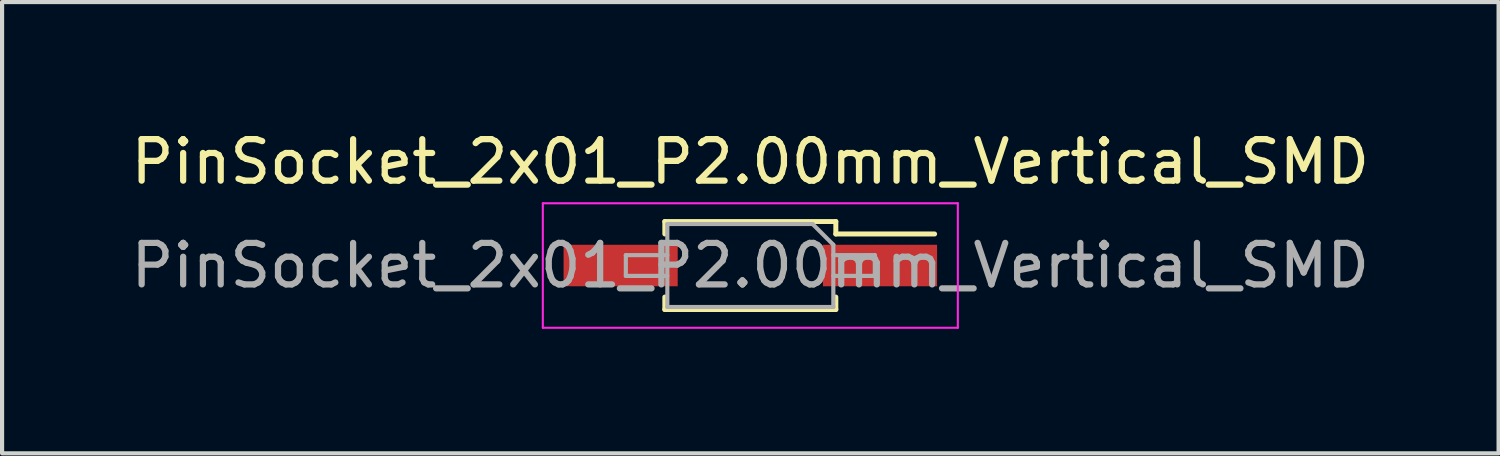
<source format=kicad_pcb>
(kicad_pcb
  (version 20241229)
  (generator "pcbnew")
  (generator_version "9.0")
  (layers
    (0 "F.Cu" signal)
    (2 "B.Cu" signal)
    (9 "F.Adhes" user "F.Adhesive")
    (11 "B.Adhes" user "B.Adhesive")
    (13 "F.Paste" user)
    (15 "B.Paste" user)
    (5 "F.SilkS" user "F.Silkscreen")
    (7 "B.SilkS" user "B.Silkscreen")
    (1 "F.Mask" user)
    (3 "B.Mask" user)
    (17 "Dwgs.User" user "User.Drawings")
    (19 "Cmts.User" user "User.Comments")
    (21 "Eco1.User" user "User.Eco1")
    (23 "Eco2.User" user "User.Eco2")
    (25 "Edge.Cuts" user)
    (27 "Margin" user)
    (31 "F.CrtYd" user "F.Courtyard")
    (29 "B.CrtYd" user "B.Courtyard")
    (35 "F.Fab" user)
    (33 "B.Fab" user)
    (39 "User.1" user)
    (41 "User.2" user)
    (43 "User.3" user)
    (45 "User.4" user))
  (footprint "PinSocket_2x01_P2.00mm_Vertical_SMD"
    (layer "F.Cu")
    (at 15.03 3.348)
    (property "Reference" "PinSocket_2x01_P2.00mm_Vertical_SMD" (at 0 -2.5 0) (layer "F.SilkS") (effects (font (size 1 1) (thickness 0.15))))
    (attr smd)
    (fp_line (start -2.06 -1.06) (end -2.06 -0.76) (stroke (width 0.12) (type solid)) (layer "F.SilkS"))
    (fp_line (start -2.06 -1.06) (end 2.06 -1.06) (stroke (width 0.12) (type solid)) (layer "F.SilkS"))
    (fp_line (start -2.06 0.76) (end -2.06 1.06) (stroke (width 0.12) (type solid)) (layer "F.SilkS"))
    (fp_line (start -2.06 1.06) (end 2.06 1.06) (stroke (width 0.12) (type solid)) (layer "F.SilkS"))
    (fp_line (start 2.06 -1.06) (end 2.06 -0.76) (stroke (width 0.12) (type solid)) (layer "F.SilkS"))
    (fp_line (start 2.06 -0.76) (end 4.44 -0.76) (stroke (width 0.12) (type solid)) (layer "F.SilkS"))
    (fp_line (start 2.06 0.76) (end 2.06 1.06) (stroke (width 0.12) (type solid)) (layer "F.SilkS"))
    (fp_line (start -5 -1.5) (end 5 -1.5) (stroke (width 0.05) (type solid)) (layer "F.CrtYd"))
    (fp_line (start -5 1.5) (end -5 -1.5) (stroke (width 0.05) (type solid)) (layer "F.CrtYd"))
    (fp_line (start 5 -1.5) (end 5 1.5) (stroke (width 0.05) (type solid)) (layer "F.CrtYd"))
    (fp_line (start 5 1.5) (end -5 1.5) (stroke (width 0.05) (type solid)) (layer "F.CrtYd"))
    (fp_line (start -3 -0.25) (end -2 -0.25) (stroke (width 0.1) (type solid)) (layer "F.Fab"))
    (fp_line (start -3 0.25) (end -3 -0.25) (stroke (width 0.1) (type solid)) (layer "F.Fab"))
    (fp_line (start -2 -1) (end 1.5 -1) (stroke (width 0.1) (type solid)) (layer "F.Fab"))
    (fp_line (start -2 0.25) (end -3 0.25) (stroke (width 0.1) (type solid)) (layer "F.Fab"))
    (fp_line (start -2 1) (end -2 -1) (stroke (width 0.1) (type solid)) (layer "F.Fab"))
    (fp_line (start 1.5 -1) (end 2 -0.5) (stroke (width 0.1) (type solid)) (layer "F.Fab"))
    (fp_line (start 2 -0.5) (end 2 1) (stroke (width 0.1) (type solid)) (layer "F.Fab"))
    (fp_line (start 2 -0.25) (end 3 -0.25) (stroke (width 0.1) (type solid)) (layer "F.Fab"))
    (fp_line (start 2 1) (end -2 1) (stroke (width 0.1) (type solid)) (layer "F.Fab"))
    (fp_line (start 3 -0.25) (end 3 0.25) (stroke (width 0.1) (type solid)) (layer "F.Fab"))
    (fp_line (start 3 0.25) (end 2 0.25) (stroke (width 0.1) (type solid)) (layer "F.Fab"))
    (fp_text user "${REFERENCE}" (at 0 0 0) (layer "F.Fab") (effects (font (size 1 1) (thickness 0.15))))
    (pad "1" smd rect (at 3.125 0) (size 2.75 1) (layers "F.Cu" "F.Mask" "F.Paste"))
    (pad "2" smd rect (at -3.125 0) (size 2.75 1) (layers "F.Cu" "F.Mask" "F.Paste")))
  (gr_rect
    (start -3 -3)
    (end 33.06 7.873)
    (stroke (width 0.1) (type default))
    (fill no)
    (layer "Edge.Cuts")))
</source>
